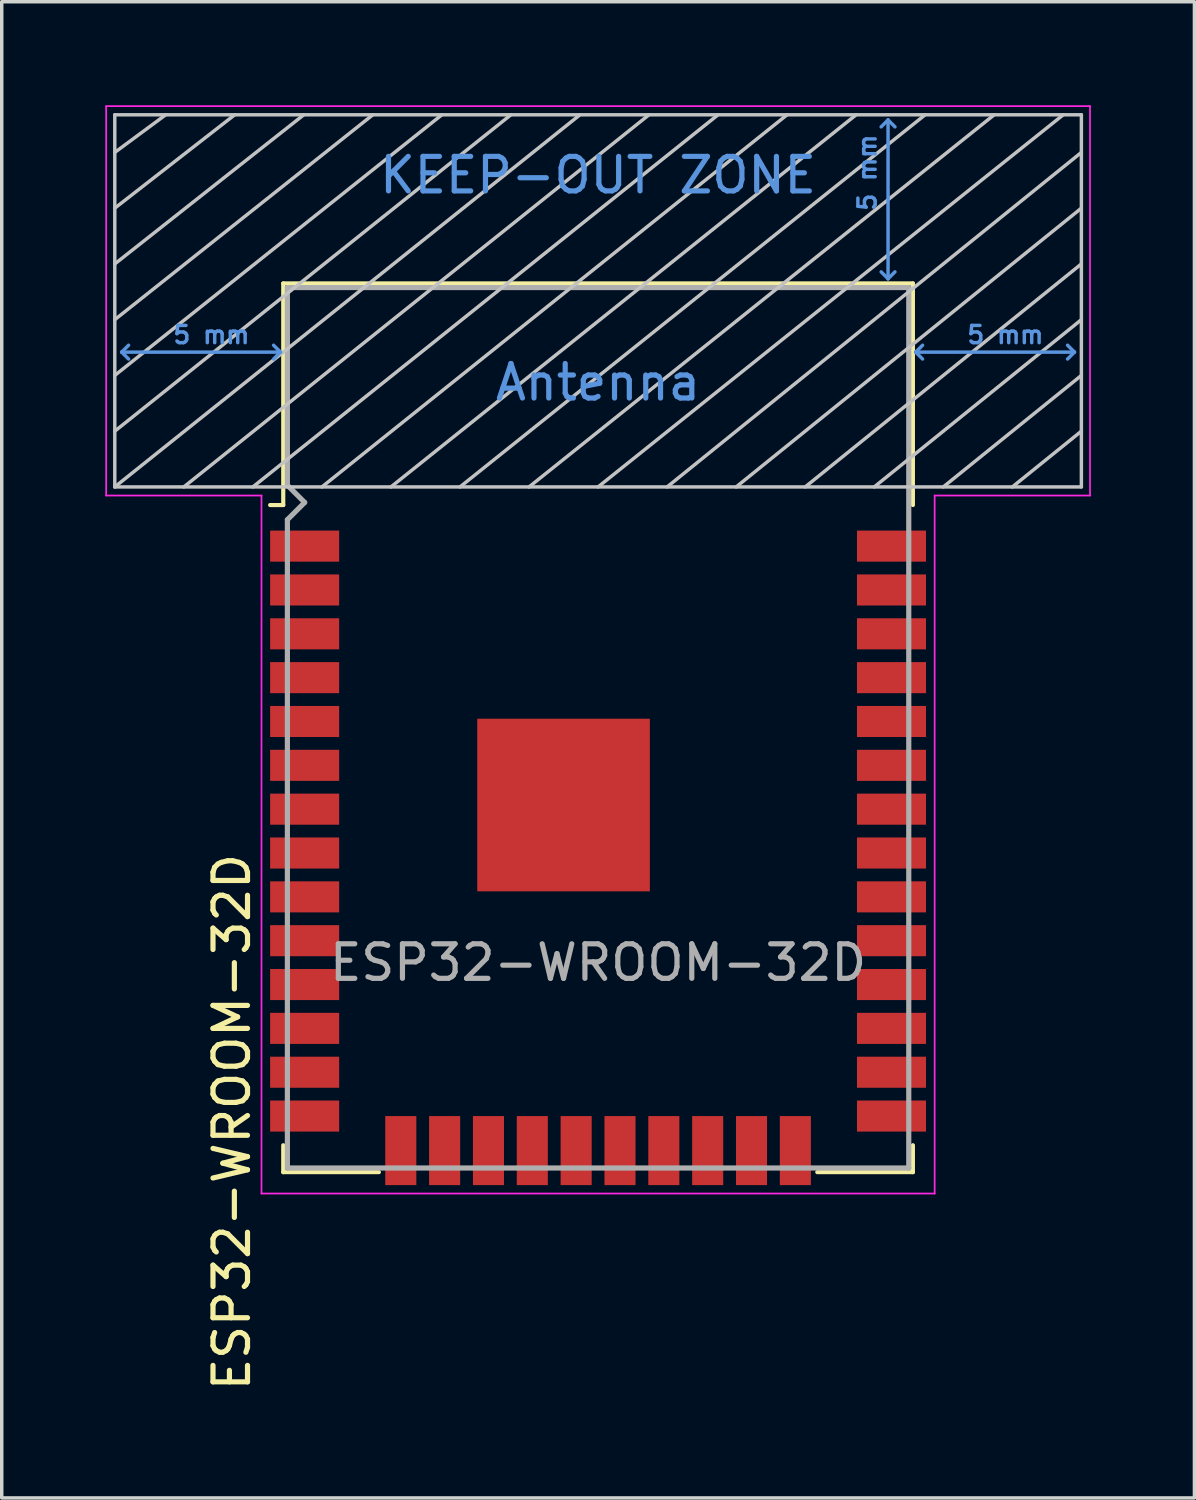
<source format=kicad_pcb>
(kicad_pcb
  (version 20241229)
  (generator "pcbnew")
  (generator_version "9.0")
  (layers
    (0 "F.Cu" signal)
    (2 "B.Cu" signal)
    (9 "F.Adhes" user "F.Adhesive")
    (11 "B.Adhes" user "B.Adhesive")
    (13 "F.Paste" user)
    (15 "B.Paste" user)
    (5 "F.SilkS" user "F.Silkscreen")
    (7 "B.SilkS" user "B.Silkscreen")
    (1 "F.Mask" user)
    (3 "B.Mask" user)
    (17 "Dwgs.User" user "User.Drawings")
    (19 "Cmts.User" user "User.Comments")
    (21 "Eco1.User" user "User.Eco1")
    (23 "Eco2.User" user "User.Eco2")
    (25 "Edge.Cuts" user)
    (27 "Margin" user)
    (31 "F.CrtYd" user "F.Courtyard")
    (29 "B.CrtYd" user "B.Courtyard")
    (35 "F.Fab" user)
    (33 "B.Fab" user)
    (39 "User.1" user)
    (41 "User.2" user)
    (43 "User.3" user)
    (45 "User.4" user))
  (footprint "ESP32-WROOM-32D"
    (layer "F.Cu")
    (at 14.275 21.025)
    (property "Reference" "ESP32-WROOM-32D" (at -10.61 8.43 90) (layer "F.SilkS") (effects (font (size 1 1) (thickness 0.15))))
    (attr smd)
    (fp_line (start -9.12 -15.865) (end -9.12 -9.445) (stroke (width 0.12) (type solid)) (layer "F.SilkS"))
    (fp_line (start -9.12 -15.865) (end 9.12 -15.865) (stroke (width 0.12) (type solid)) (layer "F.SilkS"))
    (fp_line (start -9.12 -9.445) (end -9.5 -9.445) (stroke (width 0.12) (type solid)) (layer "F.SilkS"))
    (fp_line (start -9.12 9.1) (end -9.12 9.88) (stroke (width 0.12) (type solid)) (layer "F.SilkS"))
    (fp_line (start -9.12 9.88) (end -6.35 9.88) (stroke (width 0.12) (type solid)) (layer "F.SilkS"))
    (fp_line (start 9.12 -15.865) (end 9.12 -9.445) (stroke (width 0.12) (type solid)) (layer "F.SilkS"))
    (fp_line (start 9.12 9.1) (end 9.12 9.88) (stroke (width 0.12) (type solid)) (layer "F.SilkS"))
    (fp_line (start 9.12 9.88) (end 6.35 9.88) (stroke (width 0.12) (type solid)) (layer "F.SilkS"))
    (fp_line (start -14 -9.97) (end -14 -20.75) (stroke (width 0.1) (type solid)) (layer "Dwgs.User"))
    (fp_line (start -12.525 -20.75) (end -14 -19.66) (stroke (width 0.1) (type solid)) (layer "Dwgs.User"))
    (fp_line (start -10.525 -20.75) (end -14 -18.045) (stroke (width 0.1) (type solid)) (layer "Dwgs.User"))
    (fp_line (start -8.525 -20.75) (end -14 -16.43) (stroke (width 0.1) (type solid)) (layer "Dwgs.User"))
    (fp_line (start -8 -9.97) (end 5.475 -20.75) (stroke (width 0.1) (type solid)) (layer "Dwgs.User"))
    (fp_line (start -6.525 -20.75) (end -14 -14.815) (stroke (width 0.1) (type solid)) (layer "Dwgs.User"))
    (fp_line (start -4.525 -20.75) (end -14 -13.2) (stroke (width 0.1) (type solid)) (layer "Dwgs.User"))
    (fp_line (start -2.525 -20.75) (end -14 -11.585) (stroke (width 0.1) (type solid)) (layer "Dwgs.User"))
    (fp_line (start -0.525 -20.75) (end -14 -9.97) (stroke (width 0.1) (type solid)) (layer "Dwgs.User"))
    (fp_line (start 1.475 -20.75) (end -12 -9.97) (stroke (width 0.1) (type solid)) (layer "Dwgs.User"))
    (fp_line (start 3.475 -20.75) (end -10 -9.97) (stroke (width 0.1) (type solid)) (layer "Dwgs.User"))
    (fp_line (start 7.475 -20.75) (end -6 -9.97) (stroke (width 0.1) (type solid)) (layer "Dwgs.User"))
    (fp_line (start 9.475 -20.75) (end -4 -9.97) (stroke (width 0.1) (type solid)) (layer "Dwgs.User"))
    (fp_line (start 11.475 -20.75) (end -2 -9.97) (stroke (width 0.1) (type solid)) (layer "Dwgs.User"))
    (fp_line (start 13.475 -20.75) (end 0 -9.97) (stroke (width 0.1) (type solid)) (layer "Dwgs.User"))
    (fp_line (start 14 -20.75) (end -14 -20.75) (stroke (width 0.1) (type solid)) (layer "Dwgs.User"))
    (fp_line (start 14 -19.66) (end 2 -9.97) (stroke (width 0.1) (type solid)) (layer "Dwgs.User"))
    (fp_line (start 14 -18.045) (end 4 -9.97) (stroke (width 0.1) (type solid)) (layer "Dwgs.User"))
    (fp_line (start 14 -16.43) (end 6 -9.97) (stroke (width 0.1) (type solid)) (layer "Dwgs.User"))
    (fp_line (start 14 -14.815) (end 8 -9.97) (stroke (width 0.1) (type solid)) (layer "Dwgs.User"))
    (fp_line (start 14 -13.2) (end 10 -9.97) (stroke (width 0.1) (type solid)) (layer "Dwgs.User"))
    (fp_line (start 14 -11.585) (end 12 -9.97) (stroke (width 0.1) (type solid)) (layer "Dwgs.User"))
    (fp_line (start 14 -9.97) (end -14 -9.97) (stroke (width 0.1) (type solid)) (layer "Dwgs.User"))
    (fp_line (start 14 -9.97) (end 14 -20.75) (stroke (width 0.1) (type solid)) (layer "Dwgs.User"))
    (fp_line (start -13.8 -13.875) (end -13.6 -14.075) (stroke (width 0.1) (type solid)) (layer "Cmts.User"))
    (fp_line (start -13.8 -13.875) (end -13.6 -13.675) (stroke (width 0.1) (type solid)) (layer "Cmts.User"))
    (fp_line (start -13.8 -13.875) (end -9.2 -13.875) (stroke (width 0.1) (type solid)) (layer "Cmts.User"))
    (fp_line (start -9.2 -13.875) (end -9.4 -14.075) (stroke (width 0.1) (type solid)) (layer "Cmts.User"))
    (fp_line (start -9.2 -13.875) (end -9.4 -13.675) (stroke (width 0.1) (type solid)) (layer "Cmts.User"))
    (fp_line (start 8.4 -20.6) (end 8.2 -20.4) (stroke (width 0.1) (type solid)) (layer "Cmts.User"))
    (fp_line (start 8.4 -20.6) (end 8.6 -20.4) (stroke (width 0.1) (type solid)) (layer "Cmts.User"))
    (fp_line (start 8.4 -16) (end 8.2 -16.2) (stroke (width 0.1) (type solid)) (layer "Cmts.User"))
    (fp_line (start 8.4 -16) (end 8.4 -20.6) (stroke (width 0.1) (type solid)) (layer "Cmts.User"))
    (fp_line (start 8.4 -16) (end 8.6 -16.2) (stroke (width 0.1) (type solid)) (layer "Cmts.User"))
    (fp_line (start 9.2 -13.875) (end 9.4 -14.075) (stroke (width 0.1) (type solid)) (layer "Cmts.User"))
    (fp_line (start 9.2 -13.875) (end 9.4 -13.675) (stroke (width 0.1) (type solid)) (layer "Cmts.User"))
    (fp_line (start 9.2 -13.875) (end 13.8 -13.875) (stroke (width 0.1) (type solid)) (layer "Cmts.User"))
    (fp_line (start 13.8 -13.875) (end 13.6 -14.075) (stroke (width 0.1) (type solid)) (layer "Cmts.User"))
    (fp_line (start 13.8 -13.875) (end 13.6 -13.675) (stroke (width 0.1) (type solid)) (layer "Cmts.User"))
    (fp_line (start -14.25 -21) (end -14.25 -9.72) (stroke (width 0.05) (type solid)) (layer "F.CrtYd"))
    (fp_line (start -14.25 -21) (end 14.25 -21) (stroke (width 0.05) (type solid)) (layer "F.CrtYd"))
    (fp_line (start -14.25 -9.72) (end -9.75 -9.72) (stroke (width 0.05) (type solid)) (layer "F.CrtYd"))
    (fp_line (start -9.75 10.5) (end -9.75 -9.72) (stroke (width 0.05) (type solid)) (layer "F.CrtYd"))
    (fp_line (start -9.75 10.5) (end 9.75 10.5) (stroke (width 0.05) (type solid)) (layer "F.CrtYd"))
    (fp_line (start 9.75 -9.72) (end 9.75 10.5) (stroke (width 0.05) (type solid)) (layer "F.CrtYd"))
    (fp_line (start 9.75 -9.72) (end 14.25 -9.72) (stroke (width 0.05) (type solid)) (layer "F.CrtYd"))
    (fp_line (start 14.25 -21) (end 14.25 -9.72) (stroke (width 0.05) (type solid)) (layer "F.CrtYd"))
    (fp_line (start -9 -15.745) (end -9 -10.02) (stroke (width 0.15) (type solid)) (layer "F.Fab"))
    (fp_line (start -9 -15.745) (end 9 -15.745) (stroke (width 0.15) (type solid)) (layer "F.Fab"))
    (fp_line (start -9 -9.02) (end -9 9.76) (stroke (width 0.15) (type solid)) (layer "F.Fab"))
    (fp_line (start -9 -9.02) (end -8.5 -9.52) (stroke (width 0.15) (type solid)) (layer "F.Fab"))
    (fp_line (start -9 9.76) (end 9 9.76) (stroke (width 0.15) (type solid)) (layer "F.Fab"))
    (fp_line (start -8.5 -9.52) (end -9 -10.02) (stroke (width 0.15) (type solid)) (layer "F.Fab"))
    (fp_line (start 9 9.76) (end 9 -15.745) (stroke (width 0.15) (type solid)) (layer "F.Fab"))
    (fp_text user "5 mm" (at 7.8 -19.075 90) (layer "Cmts.User") (effects (font (size 0.5 0.5) (thickness 0.1))))
    (fp_text user "5 mm" (at -11.2 -14.375 0) (layer "Cmts.User") (effects (font (size 0.5 0.5) (thickness 0.1))))
    (fp_text user "Antenna" (at 0 -13 0) (layer "Cmts.User") (effects (font (size 1 1) (thickness 0.15))))
    (fp_text user "5 mm" (at 11.8 -14.375 0) (layer "Cmts.User") (effects (font (size 0.5 0.5) (thickness 0.1))))
    (fp_text user "KEEP-OUT ZONE" (at 0 -19 0) (layer "Cmts.User") (effects (font (size 1 1) (thickness 0.15))))
    (fp_text user "${REFERENCE}" (at 0 3.81 0) (layer "F.Fab") (effects (font (size 1 1) (thickness 0.15))))
    (pad "1" smd rect (at -8.5 -8.255) (size 2 0.9) (layers "F.Cu" "F.Mask" "F.Paste"))
    (pad "2" smd rect (at -8.5 -6.985) (size 2 0.9) (layers "F.Cu" "F.Mask" "F.Paste"))
    (pad "3" smd rect (at -8.5 -5.715) (size 2 0.9) (layers "F.Cu" "F.Mask" "F.Paste"))
    (pad "4" smd rect (at -8.5 -4.445) (size 2 0.9) (layers "F.Cu" "F.Mask" "F.Paste"))
    (pad "5" smd rect (at -8.5 -3.175) (size 2 0.9) (layers "F.Cu" "F.Mask" "F.Paste"))
    (pad "6" smd rect (at -8.5 -1.905) (size 2 0.9) (layers "F.Cu" "F.Mask" "F.Paste"))
    (pad "7" smd rect (at -8.5 -0.635) (size 2 0.9) (layers "F.Cu" "F.Mask" "F.Paste"))
    (pad "8" smd rect (at -8.5 0.635) (size 2 0.9) (layers "F.Cu" "F.Mask" "F.Paste"))
    (pad "9" smd rect (at -8.5 1.905) (size 2 0.9) (layers "F.Cu" "F.Mask" "F.Paste"))
    (pad "10" smd rect (at -8.5 3.175) (size 2 0.9) (layers "F.Cu" "F.Mask" "F.Paste"))
    (pad "11" smd rect (at -8.5 4.445) (size 2 0.9) (layers "F.Cu" "F.Mask" "F.Paste"))
    (pad "12" smd rect (at -8.5 5.715) (size 2 0.9) (layers "F.Cu" "F.Mask" "F.Paste"))
    (pad "13" smd rect (at -8.5 6.985) (size 2 0.9) (layers "F.Cu" "F.Mask" "F.Paste"))
    (pad "14" smd rect (at -8.5 8.255) (size 2 0.9) (layers "F.Cu" "F.Mask" "F.Paste"))
    (pad "15" smd rect (at -5.715 9.255 90) (size 2 0.9) (layers "F.Cu" "F.Mask" "F.Paste"))
    (pad "16" smd rect (at -4.445 9.255 90) (size 2 0.9) (layers "F.Cu" "F.Mask" "F.Paste"))
    (pad "17" smd rect (at -3.175 9.255 90) (size 2 0.9) (layers "F.Cu" "F.Mask" "F.Paste"))
    (pad "18" smd rect (at -1.905 9.255 90) (size 2 0.9) (layers "F.Cu" "F.Mask" "F.Paste"))
    (pad "19" smd rect (at -0.635 9.255 90) (size 2 0.9) (layers "F.Cu" "F.Mask" "F.Paste"))
    (pad "20" smd rect (at 0.635 9.255 90) (size 2 0.9) (layers "F.Cu" "F.Mask" "F.Paste"))
    (pad "21" smd rect (at 1.905 9.255 90) (size 2 0.9) (layers "F.Cu" "F.Mask" "F.Paste"))
    (pad "22" smd rect (at 3.175 9.255 90) (size 2 0.9) (layers "F.Cu" "F.Mask" "F.Paste"))
    (pad "23" smd rect (at 4.445 9.255 90) (size 2 0.9) (layers "F.Cu" "F.Mask" "F.Paste"))
    (pad "24" smd rect (at 5.715 9.255 90) (size 2 0.9) (layers "F.Cu" "F.Mask" "F.Paste"))
    (pad "25" smd rect (at 8.5 8.255) (size 2 0.9) (layers "F.Cu" "F.Mask" "F.Paste"))
    (pad "26" smd rect (at 8.5 6.985) (size 2 0.9) (layers "F.Cu" "F.Mask" "F.Paste"))
    (pad "27" smd rect (at 8.5 5.715) (size 2 0.9) (layers "F.Cu" "F.Mask" "F.Paste"))
    (pad "28" smd rect (at 8.5 4.445) (size 2 0.9) (layers "F.Cu" "F.Mask" "F.Paste"))
    (pad "29" smd rect (at 8.5 3.175) (size 2 0.9) (layers "F.Cu" "F.Mask" "F.Paste"))
    (pad "30" smd rect (at 8.5 1.905) (size 2 0.9) (layers "F.Cu" "F.Mask" "F.Paste"))
    (pad "31" smd rect (at 8.5 0.635) (size 2 0.9) (layers "F.Cu" "F.Mask" "F.Paste"))
    (pad "32" smd rect (at 8.5 -0.635) (size 2 0.9) (layers "F.Cu" "F.Mask" "F.Paste"))
    (pad "33" smd rect (at 8.5 -1.905) (size 2 0.9) (layers "F.Cu" "F.Mask" "F.Paste"))
    (pad "34" smd rect (at 8.5 -3.175) (size 2 0.9) (layers "F.Cu" "F.Mask" "F.Paste"))
    (pad "35" smd rect (at 8.5 -4.445) (size 2 0.9) (layers "F.Cu" "F.Mask" "F.Paste"))
    (pad "36" smd rect (at 8.5 -5.715) (size 2 0.9) (layers "F.Cu" "F.Mask" "F.Paste"))
    (pad "37" smd rect (at 8.5 -6.985) (size 2 0.9) (layers "F.Cu" "F.Mask" "F.Paste"))
    (pad "38" smd rect (at 8.5 -8.255) (size 2 0.9) (layers "F.Cu" "F.Mask" "F.Paste"))
    (pad "39" smd rect (at -1 -0.755) (size 5 5) (layers "F.Cu" "F.Mask" "F.Paste")))
  (gr_rect
    (start -3 -3)
    (end 31.55 40.342)
    (stroke (width 0.1) (type default))
    (fill no)
    (layer "Edge.Cuts")))
</source>
